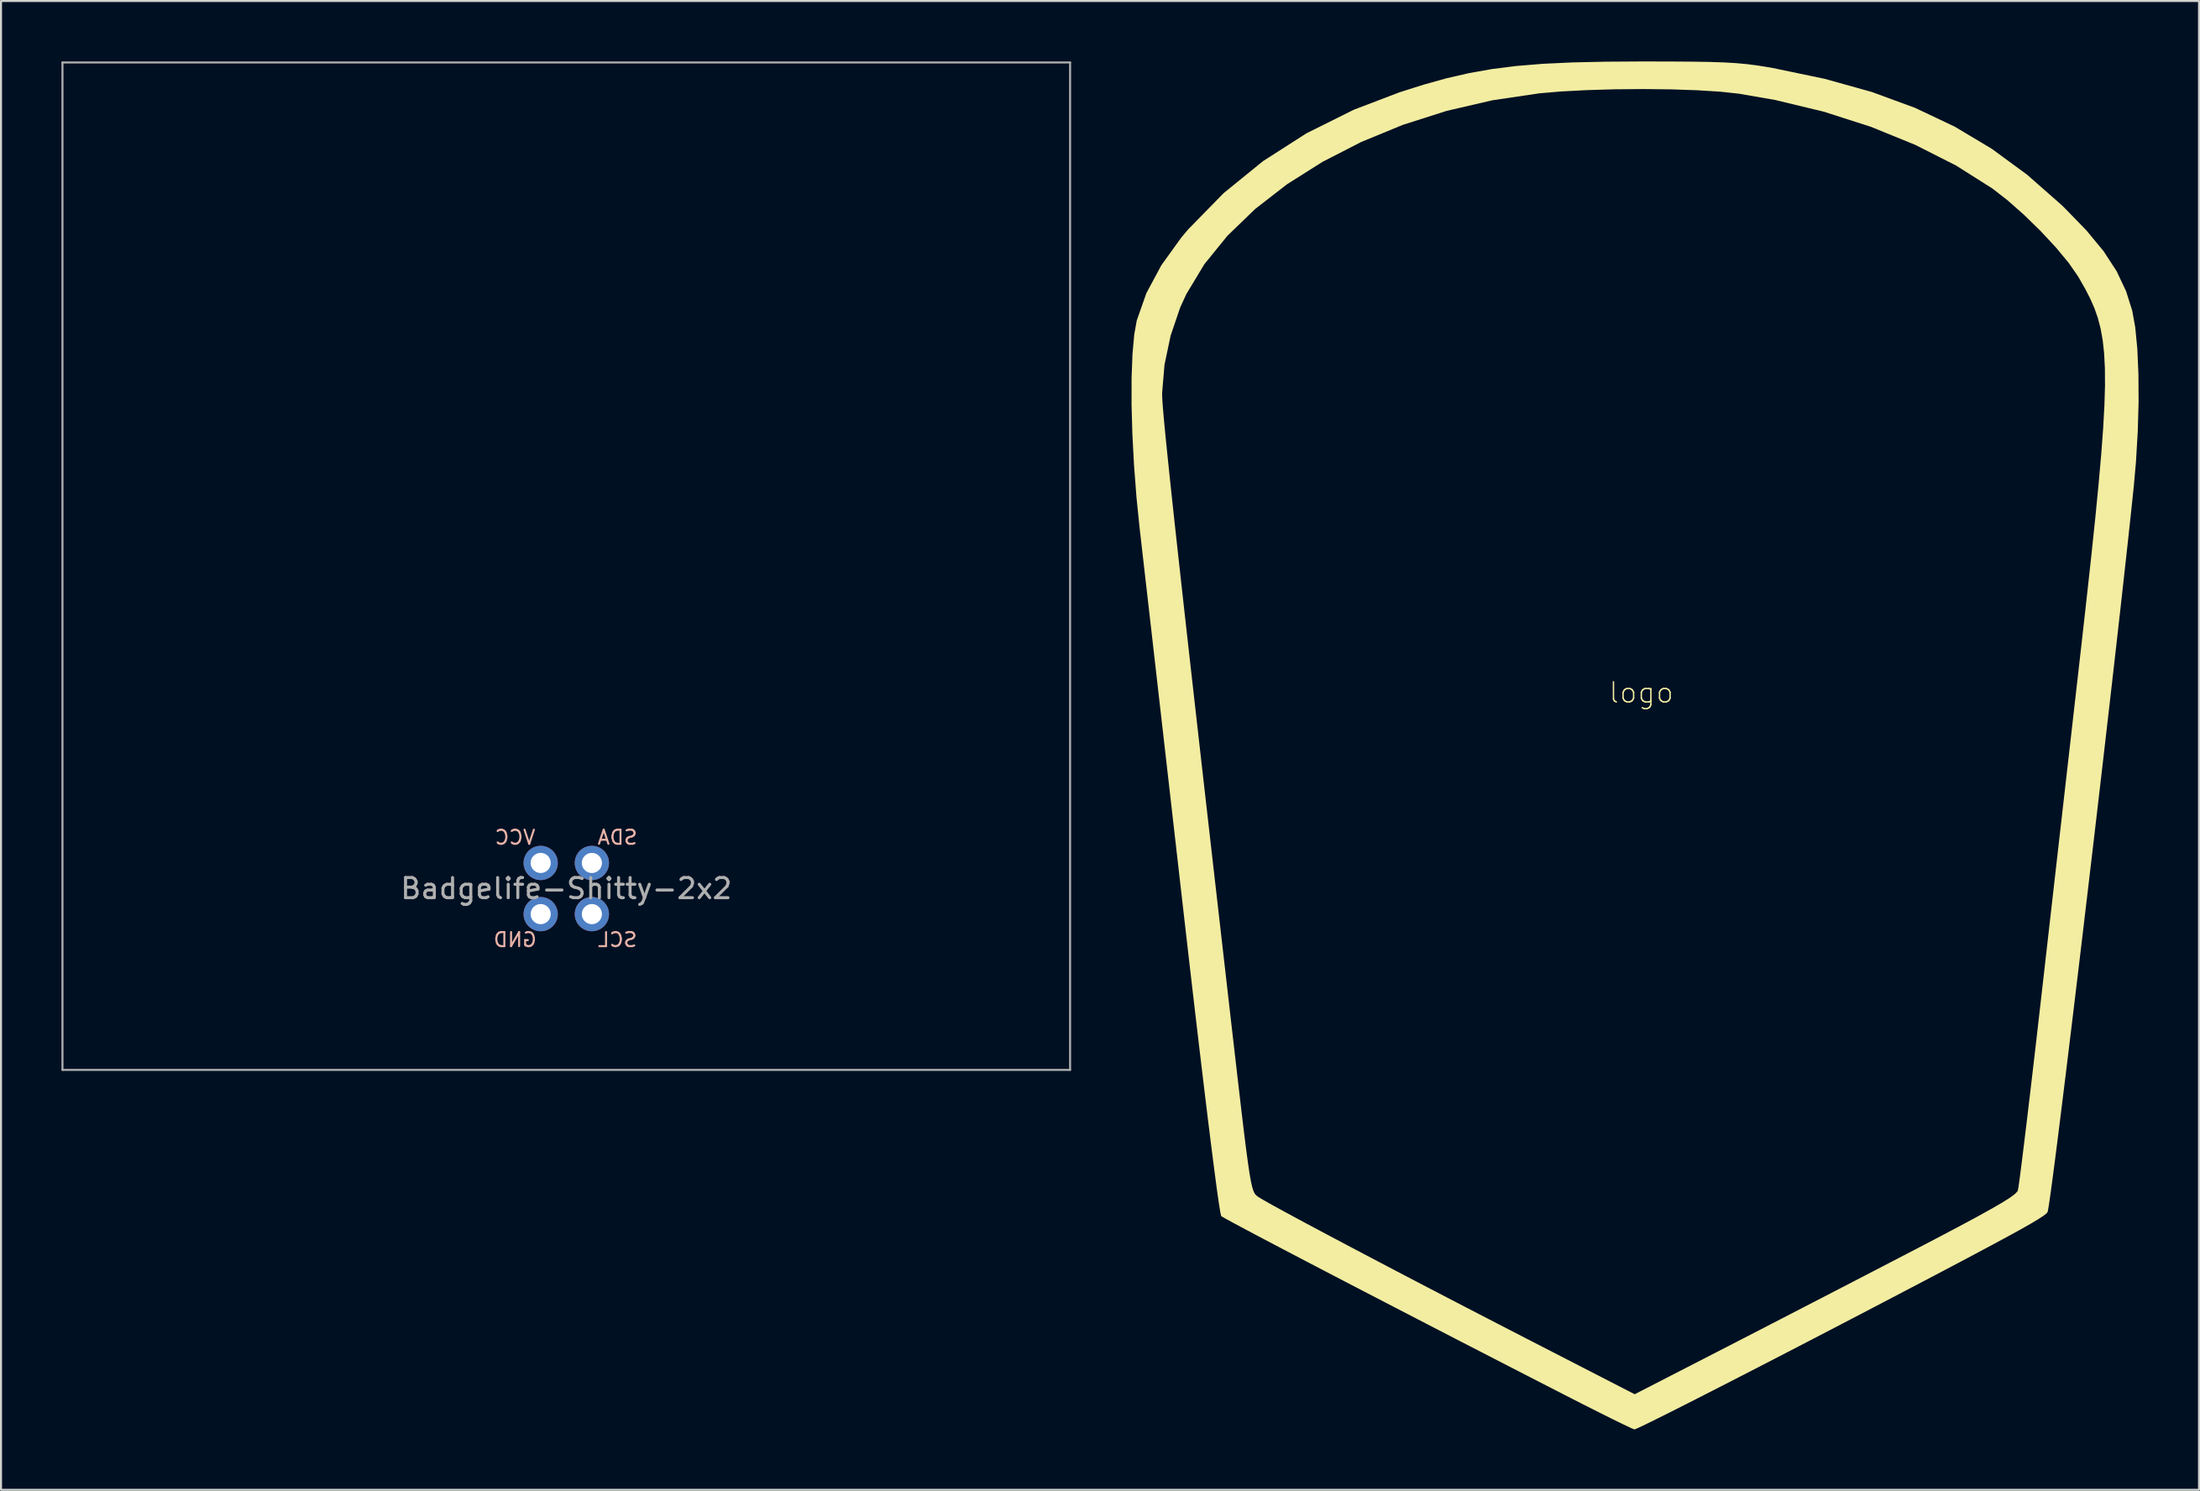
<source format=kicad_pcb>
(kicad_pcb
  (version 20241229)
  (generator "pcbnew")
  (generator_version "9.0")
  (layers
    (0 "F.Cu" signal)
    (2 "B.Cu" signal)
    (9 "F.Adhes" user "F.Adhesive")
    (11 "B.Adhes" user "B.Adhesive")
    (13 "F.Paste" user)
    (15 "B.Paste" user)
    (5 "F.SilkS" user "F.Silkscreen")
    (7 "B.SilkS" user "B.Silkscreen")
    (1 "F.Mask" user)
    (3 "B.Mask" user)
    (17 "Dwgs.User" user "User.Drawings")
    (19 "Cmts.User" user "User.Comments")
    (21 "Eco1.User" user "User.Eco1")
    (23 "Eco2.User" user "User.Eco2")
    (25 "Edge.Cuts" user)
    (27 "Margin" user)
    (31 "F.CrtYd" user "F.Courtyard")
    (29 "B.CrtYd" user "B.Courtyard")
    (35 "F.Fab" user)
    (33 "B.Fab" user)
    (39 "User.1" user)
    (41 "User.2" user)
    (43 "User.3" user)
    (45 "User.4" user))
  (footprint "Badgelife-Shitty-2x2"
    (layer "F.Cu")
    (at 25.05 41.05)
    (property "Reference" "Badgelife-Shitty-2x2" (at 0 0 0) (layer "F.Fab") (effects (font (size 1 1) (thickness 0.15))))
    (attr through_hole)
    (fp_line (start -25 -41) (end -25 9) (stroke (width 0.1) (type solid)) (layer "F.Fab"))
    (fp_line (start -25 -41) (end 25 -41) (stroke (width 0.1) (type solid)) (layer "F.Fab"))
    (fp_line (start -25 9) (end 25 9) (stroke (width 0.1) (type solid)) (layer "F.Fab"))
    (fp_line (start 25 -41) (end 25 9) (stroke (width 0.1) (type solid)) (layer "F.Fab"))
    (fp_text user "SDA" (at 2.54 -2.54 0) (layer "B.SilkS") (effects (font (size 0.7 0.7) (thickness 0.1)) (justify mirror)))
    (fp_text user "SCL" (at 2.54 2.54 0) (layer "B.SilkS") (effects (font (size 0.7 0.7) (thickness 0.1)) (justify mirror)))
    (fp_text user "VCC" (at -2.54 -2.54 0) (layer "B.SilkS") (effects (font (size 0.7 0.7) (thickness 0.1)) (justify mirror)))
    (fp_text user "GND" (at -2.54 2.54 0) (layer "B.SilkS") (effects (font (size 0.7 0.7) (thickness 0.1)) (justify mirror)))
    (pad "1" thru_hole oval (at -1.27 -1.27) (size 1.7 1.7) (drill 1) (layers "*.Cu" "*.Mask"))
    (pad "2" thru_hole oval (at -1.27 1.27) (size 1.7 1.7) (drill 1) (layers "*.Cu" "*.Mask"))
    (pad "3" thru_hole oval (at 1.27 1.27) (size 1.7 1.7) (drill 1) (layers "*.Cu" "*.Mask"))
    (pad "4" thru_hole circle (at 1.27 -1.27) (size 1.7 1.7) (drill 1) (layers "*.Cu" "*.Mask")))
  (footprint "logo"
    (layer "F.Cu")
    (at 78.395 31.829)
    (property "Reference" "logo" (at 0 -0.5 0) (unlocked yes) (layer "F.SilkS") (effects (font (size 1 1) (thickness 0.07))))
    (fp_poly (pts (xy 1.429 -31.826) (xy 2.507 -31.819) (xy 3.383 -31.805) (xy 4.1 -31.781) (xy 4.702 -31.746) (xy 5.231 -31.698) (xy 5.732 -31.634) (xy 6.246 -31.552) (xy 6.527 -31.503) (xy 9.103 -30.966) (xy 11.442 -30.313) (xy 13.581 -29.528) (xy 15.554 -28.593) (xy 17.397 -27.491) (xy 19.146 -26.207) (xy 20.835 -24.722) (xy 21.007 -24.556) (xy 22.09 -23.442) (xy 22.941 -22.411) (xy 23.588 -21.418) (xy 24.058 -20.422) (xy 24.361 -19.46) (xy 24.511 -18.63) (xy 24.614 -17.564) (xy 24.669 -16.312) (xy 24.677 -14.923) (xy 24.635 -13.447) (xy 24.545 -11.934) (xy 24.436 -10.713) (xy 24.303 -9.451) (xy 24.148 -8.017) (xy 23.973 -6.433) (xy 23.782 -4.718) (xy 23.576 -2.894) (xy 23.358 -0.98) (xy 23.13 1.002) (xy 22.896 3.032) (xy 22.656 5.089) (xy 22.414 7.153) (xy 22.172 9.203) (xy 21.933 11.219) (xy 21.699 13.18) (xy 21.472 15.066) (xy 21.255 16.855) (xy 21.051 18.528) (xy 20.861 20.063) (xy 20.689 21.441) (xy 20.536 22.641) (xy 20.405 23.641) (xy 20.299 24.422) (xy 20.22 24.963) (xy 20.171 25.244) (xy 20.163 25.272) (xy 20.1 25.351) (xy 19.946 25.471) (xy 19.686 25.64) (xy 19.302 25.869) (xy 18.777 26.166) (xy 18.094 26.54) (xy 17.236 27.002) (xy 16.187 27.561) (xy 14.93 28.225) (xy 13.446 29.004) (xy 12.011 29.756) (xy 10.367 30.614) (xy 8.768 31.446) (xy 7.234 32.241) (xy 5.786 32.989) (xy 4.444 33.679) (xy 3.226 34.302) (xy 2.154 34.847) (xy 1.247 35.305) (xy 0.525 35.664) (xy 0.008 35.915) (xy -0.285 36.047) (xy -0.342 36.066) (xy -0.501 36.002) (xy -0.88 35.822) (xy -1.445 35.546) (xy -2.16 35.189) (xy -2.99 34.77) (xy -3.791 34.361) (xy -5.55 33.458) (xy -7.302 32.557) (xy -9.028 31.668) (xy -10.708 30.799) (xy -12.325 29.962) (xy -13.859 29.167) (xy -15.29 28.423) (xy -16.6 27.739) (xy -17.769 27.127) (xy -18.779 26.596) (xy -19.61 26.156) (xy -20.243 25.817) (xy -20.66 25.589) (xy -20.84 25.482) (xy -20.844 25.479) (xy -20.886 25.312) (xy -20.958 24.871) (xy -21.058 24.169) (xy -21.184 23.219) (xy -21.336 22.034) (xy -21.511 20.627) (xy -21.707 19.01) (xy -21.924 17.198) (xy -22.159 15.202) (xy -22.411 13.036) (xy -22.678 10.713) (xy -22.757 10.02) (xy -23.003 7.869) (xy -23.246 5.744) (xy -23.483 3.669) (xy -23.711 1.669) (xy -23.929 -0.232) (xy -24.132 -2.01) (xy -24.318 -3.64) (xy -24.485 -5.098) (xy -24.63 -6.359) (xy -24.749 -7.4) (xy -24.84 -8.196) (xy -24.887 -8.597) (xy -25.05 -10.195) (xy -25.172 -11.788) (xy -25.254 -13.337) (xy -25.295 -14.801) (xy -25.294 -15.278) (xy -23.777 -15.278) (xy -23.767 -15.027) (xy -23.737 -14.614) (xy -23.686 -14.032) (xy -23.614 -13.272) (xy -23.518 -12.328) (xy -23.4 -11.19) (xy -23.257 -9.851) (xy -23.089 -8.303) (xy -22.894 -6.539) (xy -22.673 -4.55) (xy -22.424 -2.328) (xy -22.146 0.134) (xy -21.839 2.845) (xy -21.501 5.812) (xy -21.132 9.043) (xy -20.731 12.546) (xy -20.37 15.697) (xy -20.165 17.477) (xy -19.99 18.992) (xy -19.841 20.264) (xy -19.715 21.316) (xy -19.608 22.17) (xy -19.517 22.847) (xy -19.439 23.37) (xy -19.37 23.76) (xy -19.306 24.04) (xy -19.246 24.232) (xy -19.184 24.358) (xy -19.118 24.44) (xy -19.045 24.5) (xy -19.021 24.517) (xy -18.766 24.672) (xy -18.277 24.948) (xy -17.576 25.331) (xy -16.686 25.811) (xy -15.63 26.374) (xy -14.43 27.01) (xy -13.109 27.706) (xy -11.689 28.451) (xy -10.192 29.232) (xy -8.643 30.037) (xy -7.062 30.855) (xy -5.668 31.574) (xy -0.328 34.32) (xy 3.713 32.243) (xy 4.797 31.685) (xy 6.077 31.025) (xy 7.492 30.294) (xy 8.982 29.524) (xy 10.486 28.746) (xy 11.944 27.99) (xy 13.166 27.356) (xy 14.552 26.634) (xy 15.7 26.029) (xy 16.628 25.531) (xy 17.356 25.128) (xy 17.905 24.81) (xy 18.292 24.566) (xy 18.539 24.383) (xy 18.664 24.252) (xy 18.685 24.21) (xy 18.72 24.01) (xy 18.784 23.549) (xy 18.874 22.852) (xy 18.986 21.945) (xy 19.119 20.855) (xy 19.268 19.605) (xy 19.431 18.223) (xy 19.604 16.733) (xy 19.784 15.162) (xy 19.803 14.999) (xy 20.01 13.18) (xy 20.23 11.25) (xy 20.456 9.263) (xy 20.683 7.272) (xy 20.905 5.332) (xy 21.114 3.495) (xy 21.306 1.817) (xy 21.473 0.351) (xy 21.531 -0.155) (xy 21.832 -2.797) (xy 22.098 -5.17) (xy 22.331 -7.291) (xy 22.529 -9.18) (xy 22.692 -10.852) (xy 22.822 -12.326) (xy 22.918 -13.62) (xy 22.981 -14.751) (xy 23.01 -15.736) (xy 23.005 -16.594) (xy 22.967 -17.343) (xy 22.895 -17.999) (xy 22.79 -18.58) (xy 22.653 -19.105) (xy 22.482 -19.591) (xy 22.278 -20.055) (xy 22.042 -20.516) (xy 21.773 -20.99) (xy 21.66 -21.181) (xy 21.204 -21.837) (xy 20.571 -22.6) (xy 19.817 -23.41) (xy 19 -24.208) (xy 18.178 -24.935) (xy 17.425 -25.521) (xy 15.621 -26.662) (xy 13.592 -27.69) (xy 11.386 -28.588) (xy 9.05 -29.337) (xy 6.633 -29.919) (xy 4.841 -30.229) (xy 3.929 -30.328) (xy 2.793 -30.399) (xy 1.499 -30.443) (xy 0.111 -30.459) (xy -1.307 -30.447) (xy -2.69 -30.407) (xy -3.974 -30.34) (xy -5.052 -30.248) (xy -7.389 -29.902) (xy -9.657 -29.376) (xy -11.833 -28.682) (xy -13.894 -27.834) (xy -15.817 -26.847) (xy -17.581 -25.733) (xy -19.161 -24.506) (xy -20.535 -23.179) (xy -21.682 -21.766) (xy -22.577 -20.281) (xy -22.884 -19.61) (xy -23.354 -18.228) (xy -23.66 -16.776) (xy -23.777 -15.381) (xy -23.777 -15.278) (xy -25.294 -15.278) (xy -25.293 -16.14) (xy -25.248 -17.314) (xy -25.161 -18.28) (xy -25.037 -18.97) (xy -24.559 -20.33) (xy -23.816 -21.714) (xy -22.825 -23.091) (xy -22.488 -23.491) (xy -20.728 -25.291) (xy -18.77 -26.882) (xy -16.617 -28.262) (xy -14.272 -29.43) (xy -12.018 -30.291) (xy -10.806 -30.676) (xy -9.664 -30.994) (xy -8.546 -31.251) (xy -7.409 -31.452) (xy -6.206 -31.604) (xy -4.894 -31.712) (xy -3.428 -31.781) (xy -1.762 -31.818) (xy 0.105 -31.829)) (stroke (width 0) (type solid)) (fill yes) (layer "F.SilkS")))
  (gr_rect
    (start -3 -3)
    (end 106.071 70.894)
    (stroke (width 0.1) (type default))
    (fill no)
    (layer "Edge.Cuts")))
</source>
